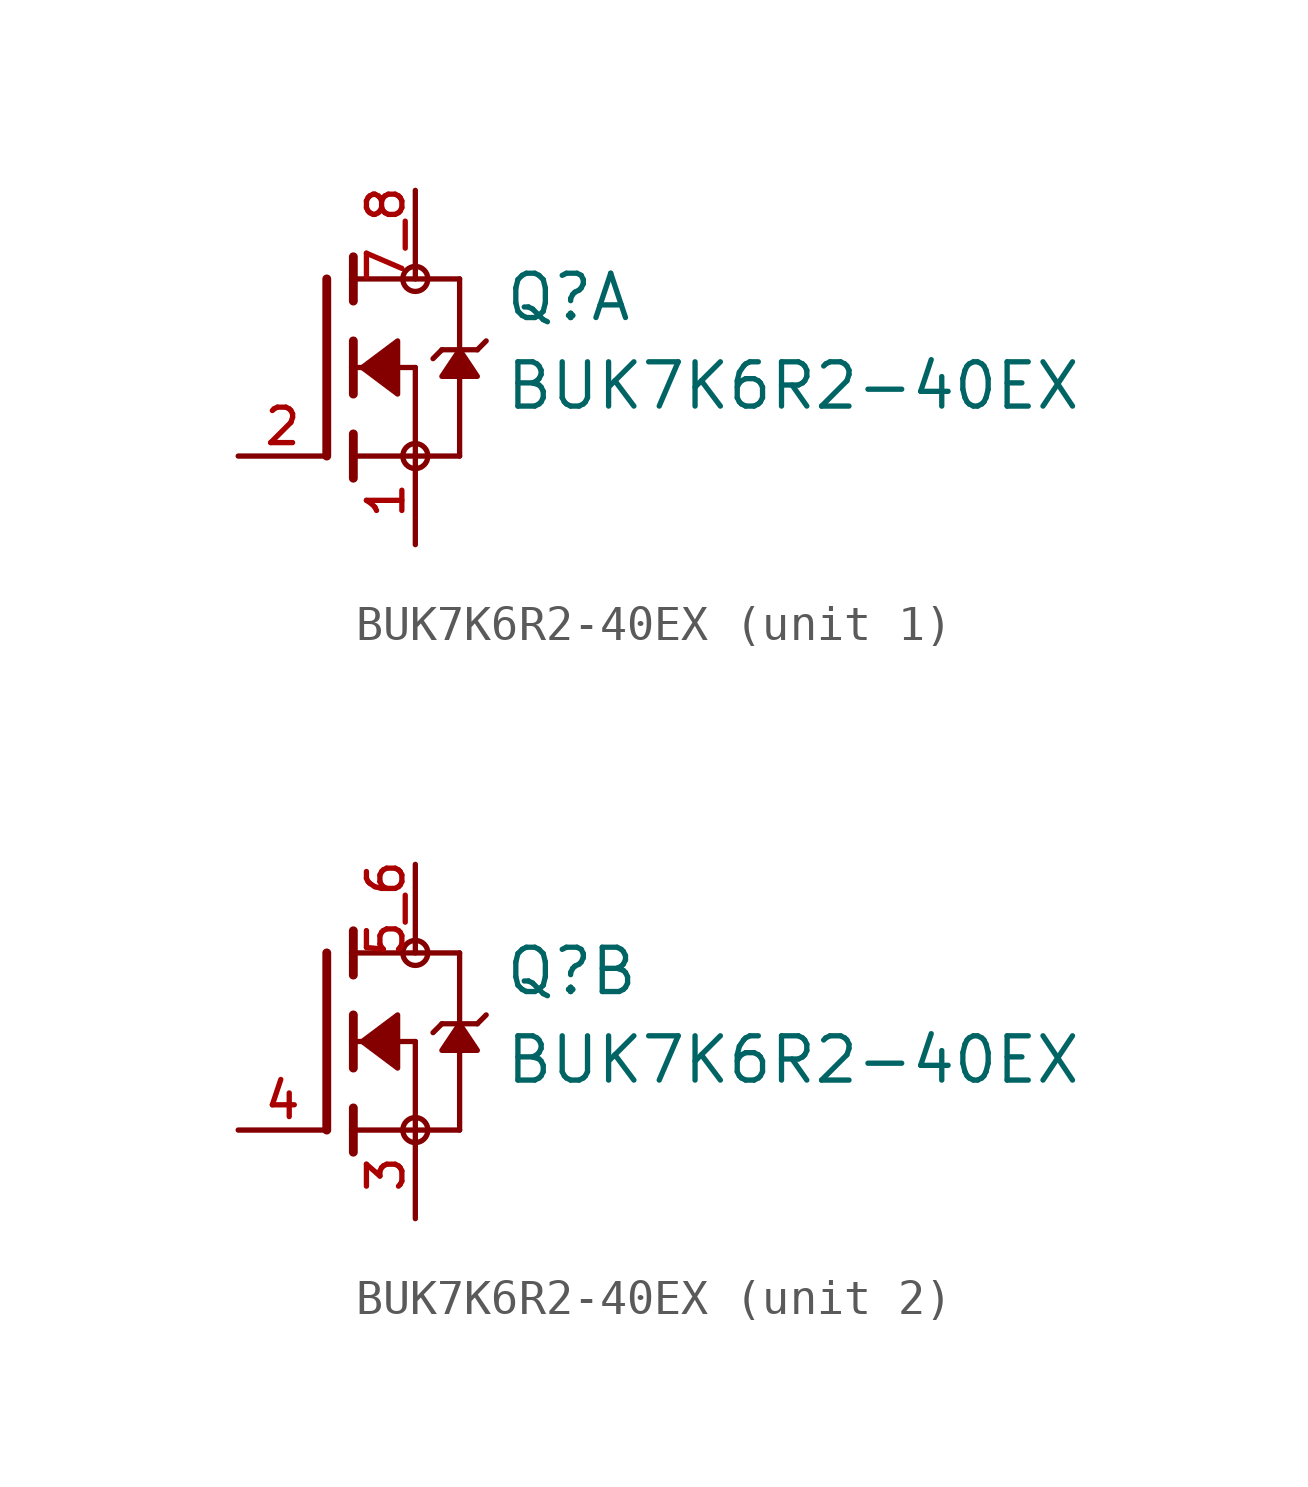
<source format=kicad_sym>
(kicad_symbol_lib
  (version 20211014)
  (generator kicad_symbol_editor)
  (symbol "BUK7K6R2-40EX"
    (pin_names
      (offset 1.016))
    (property "Reference" "Q"
      (at 5.08 1.27 0)
      (effects (font (size 1.27 1.27)) (justify bottom left)))
    (property "Value" "BUK7K6R2-40EX"
      (at 5.08 -1.27 0)
      (effects (font (size 1.27 1.27)) (justify bottom left)))
    (symbol "BUK7K6R2-40EX_1_0"
      (polyline (pts (xy 0.762 0.762) (xy 0.762 0.0)) (stroke (width 0.254)))
      (polyline (pts (xy 0.762 0.0) (xy 0.762 -0.762)) (stroke (width 0.254)))
      (polyline (pts (xy 0.762 3.175) (xy 0.762 2.54)) (stroke (width 0.254)))
      (polyline (pts (xy 0.762 2.54) (xy 0.762 1.905)) (stroke (width 0.254)))
      (polyline (pts (xy 0.762 0.0) (xy 2.54 0.0)) (stroke (width 0.152)))
      (polyline (pts (xy 2.54 0.0) (xy 2.54 -2.54)) (stroke (width 0.152)))
      (polyline (pts (xy 0.762 -1.905) (xy 0.762 -2.54)) (stroke (width 0.254)))
      (polyline (pts (xy 0.762 -2.54) (xy 0.762 -3.175)) (stroke (width 0.254)))
      (polyline (pts (xy 0.0 2.54) (xy 0.0 -2.54)) (stroke (width 0.254)))
      (polyline (pts (xy 2.54 -2.54) (xy 0.762 -2.54)) (stroke (width 0.152)))
      (polyline (pts (xy 3.81 2.54) (xy 3.81 0.508)) (stroke (width 0.152)))
      (polyline (pts (xy 3.81 0.508) (xy 3.81 -2.54)) (stroke (width 0.152)))
      (polyline (pts (xy 2.54 -2.54) (xy 3.81 -2.54)) (stroke (width 0.152)))
      (polyline (pts (xy 0.762 2.54) (xy 3.81 2.54)) (stroke (width 0.152)))
      (polyline (pts (xy 4.572 0.762) (xy 4.318 0.508)) (stroke (width 0.152)))
      (polyline (pts (xy 4.318 0.508) (xy 3.81 0.508)) (stroke (width 0.152)))
      (polyline (pts (xy 3.81 0.508) (xy 3.302 0.508)) (stroke (width 0.152)))
      (polyline (pts (xy 3.302 0.508) (xy 3.048 0.254)) (stroke (width 0.152)))
      (circle (center 2.54 -2.54) (radius 0.359) (stroke (width 0.0)) (fill (type none)))
      (circle (center 2.54 2.54) (radius 0.359) (stroke (width 0.0)) (fill (type none)))
      (polyline (pts (xy 3.81 0.508) (xy 3.302 -0.254) (xy 4.318 -0.254) (xy 3.81 0.508)) (stroke (width 0.152)) (fill (type outline)))
      (polyline (pts (xy 1.016 0.0) (xy 2.032 0.762) (xy 2.032 -0.762) (xy 1.016 0.0)) (stroke (width 0.152)) (fill (type outline)))
      (pin passive line (at 2.54 -5.08 90.0) (length 2.54) (name "~" (effects (font (size 1.016 1.016)))) (number "1" (effects (font (size 1.016 1.016)))))
      (pin passive line (at -2.54 -2.54 0) (length 2.54) (name "~" (effects (font (size 1.016 1.016)))) (number "2" (effects (font (size 1.016 1.016)))))
      (pin passive line (at 2.54 5.08 270.0) (length 2.54) (name "~" (effects (font (size 1.016 1.016)))) (number "7_8" (effects (font (size 1.016 1.016))))))
    (symbol "BUK7K6R2-40EX_2_0"
      (polyline (pts (xy 0.762 0.762) (xy 0.762 0.0)) (stroke (width 0.254)))
      (polyline (pts (xy 0.762 0.0) (xy 0.762 -0.762)) (stroke (width 0.254)))
      (polyline (pts (xy 0.762 3.175) (xy 0.762 2.54)) (stroke (width 0.254)))
      (polyline (pts (xy 0.762 2.54) (xy 0.762 1.905)) (stroke (width 0.254)))
      (polyline (pts (xy 0.762 0.0) (xy 2.54 0.0)) (stroke (width 0.152)))
      (polyline (pts (xy 2.54 0.0) (xy 2.54 -2.54)) (stroke (width 0.152)))
      (polyline (pts (xy 0.762 -1.905) (xy 0.762 -2.54)) (stroke (width 0.254)))
      (polyline (pts (xy 0.762 -2.54) (xy 0.762 -3.175)) (stroke (width 0.254)))
      (polyline (pts (xy 0.0 2.54) (xy 0.0 -2.54)) (stroke (width 0.254)))
      (polyline (pts (xy 2.54 -2.54) (xy 0.762 -2.54)) (stroke (width 0.152)))
      (polyline (pts (xy 3.81 2.54) (xy 3.81 0.508)) (stroke (width 0.152)))
      (polyline (pts (xy 3.81 0.508) (xy 3.81 -2.54)) (stroke (width 0.152)))
      (polyline (pts (xy 2.54 -2.54) (xy 3.81 -2.54)) (stroke (width 0.152)))
      (polyline (pts (xy 0.762 2.54) (xy 3.81 2.54)) (stroke (width 0.152)))
      (polyline (pts (xy 4.572 0.762) (xy 4.318 0.508)) (stroke (width 0.152)))
      (polyline (pts (xy 4.318 0.508) (xy 3.81 0.508)) (stroke (width 0.152)))
      (polyline (pts (xy 3.81 0.508) (xy 3.302 0.508)) (stroke (width 0.152)))
      (polyline (pts (xy 3.302 0.508) (xy 3.048 0.254)) (stroke (width 0.152)))
      (circle (center 2.54 -2.54) (radius 0.359) (stroke (width 0.0)) (fill (type none)))
      (circle (center 2.54 2.54) (radius 0.359) (stroke (width 0.0)) (fill (type none)))
      (polyline (pts (xy 3.81 0.508) (xy 3.302 -0.254) (xy 4.318 -0.254) (xy 3.81 0.508)) (stroke (width 0.152)) (fill (type outline)))
      (polyline (pts (xy 1.016 0.0) (xy 2.032 0.762) (xy 2.032 -0.762) (xy 1.016 0.0)) (stroke (width 0.152)) (fill (type outline)))
      (pin passive line (at 2.54 -5.08 90.0) (length 2.54) (name "~" (effects (font (size 1.016 1.016)))) (number "3" (effects (font (size 1.016 1.016)))))
      (pin passive line (at -2.54 -2.54 0) (length 2.54) (name "~" (effects (font (size 1.016 1.016)))) (number "4" (effects (font (size 1.016 1.016)))))
      (pin passive line (at 2.54 5.08 270.0) (length 2.54) (name "~" (effects (font (size 1.016 1.016)))) (number "5_6" (effects (font (size 1.016 1.016))))))))
</source>
